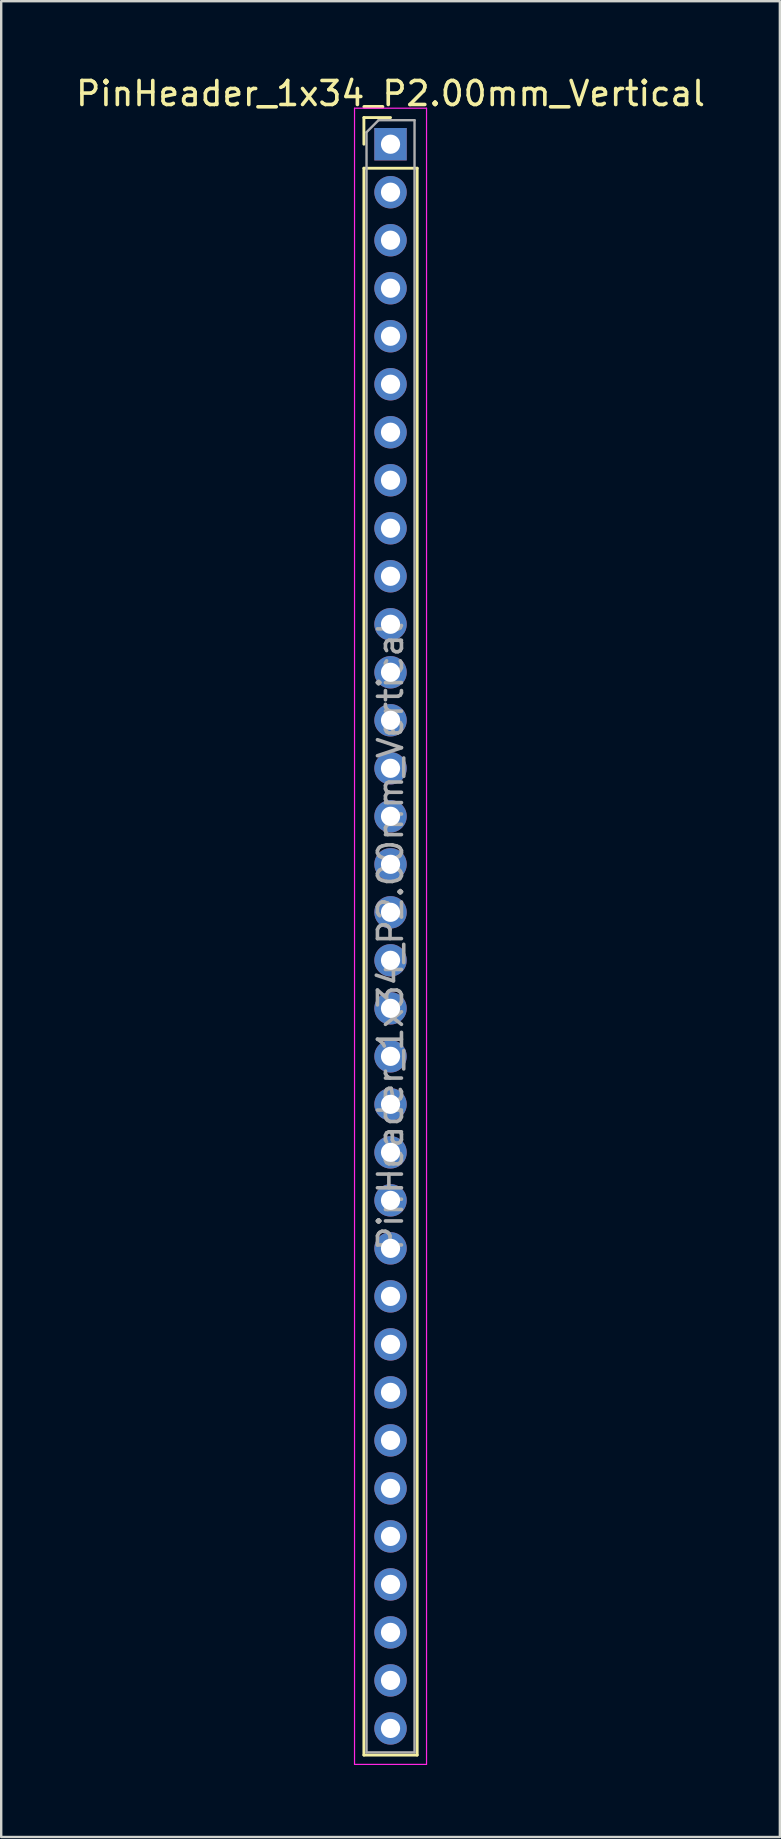
<source format=kicad_pcb>
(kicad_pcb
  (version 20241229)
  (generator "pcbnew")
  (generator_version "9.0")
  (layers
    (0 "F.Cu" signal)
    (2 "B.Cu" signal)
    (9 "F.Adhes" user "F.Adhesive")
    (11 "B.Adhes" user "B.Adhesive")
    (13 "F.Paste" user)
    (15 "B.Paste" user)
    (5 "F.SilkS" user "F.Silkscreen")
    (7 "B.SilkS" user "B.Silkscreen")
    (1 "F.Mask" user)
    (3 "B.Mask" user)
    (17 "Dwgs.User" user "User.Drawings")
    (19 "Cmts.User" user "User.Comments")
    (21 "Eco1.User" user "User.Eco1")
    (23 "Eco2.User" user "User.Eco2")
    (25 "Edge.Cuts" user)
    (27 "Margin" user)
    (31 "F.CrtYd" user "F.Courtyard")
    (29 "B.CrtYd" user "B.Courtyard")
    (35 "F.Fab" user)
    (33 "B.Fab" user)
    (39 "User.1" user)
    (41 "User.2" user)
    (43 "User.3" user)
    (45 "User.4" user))
  (footprint "PinHeader_1x34_P2.00mm_Vertical"
    (layer "F.Cu")
    (at 13.22 2.958)
    (property "Reference" "PinHeader_1x34_P2.00mm_Vertical" (at 0 -2.11 0) (layer "F.SilkS") (effects (font (size 1 1) (thickness 0.15))))
    (attr through_hole)
    (fp_line (start -1.11 -1.11) (end 0 -1.11) (stroke (width 0.12) (type solid)) (layer "F.SilkS"))
    (fp_line (start -1.11 0) (end -1.11 -1.11) (stroke (width 0.12) (type solid)) (layer "F.SilkS"))
    (fp_line (start -1.11 1) (end -1.11 67.11) (stroke (width 0.12) (type solid)) (layer "F.SilkS"))
    (fp_line (start -1.11 1) (end 1.11 1) (stroke (width 0.12) (type solid)) (layer "F.SilkS"))
    (fp_line (start -1.11 67.11) (end 1.11 67.11) (stroke (width 0.12) (type solid)) (layer "F.SilkS"))
    (fp_line (start 1.11 1) (end 1.11 67.11) (stroke (width 0.12) (type solid)) (layer "F.SilkS"))
    (fp_line (start -1.5 -1.5) (end -1.5 67.5) (stroke (width 0.05) (type solid)) (layer "F.CrtYd"))
    (fp_line (start -1.5 67.5) (end 1.5 67.5) (stroke (width 0.05) (type solid)) (layer "F.CrtYd"))
    (fp_line (start 1.5 -1.5) (end -1.5 -1.5) (stroke (width 0.05) (type solid)) (layer "F.CrtYd"))
    (fp_line (start 1.5 67.5) (end 1.5 -1.5) (stroke (width 0.05) (type solid)) (layer "F.CrtYd"))
    (fp_line (start -1 -0.5) (end -0.5 -1) (stroke (width 0.1) (type solid)) (layer "F.Fab"))
    (fp_line (start -1 67) (end -1 -0.5) (stroke (width 0.1) (type solid)) (layer "F.Fab"))
    (fp_line (start -0.5 -1) (end 1 -1) (stroke (width 0.1) (type solid)) (layer "F.Fab"))
    (fp_line (start 1 -1) (end 1 67) (stroke (width 0.1) (type solid)) (layer "F.Fab"))
    (fp_line (start 1 67) (end -1 67) (stroke (width 0.1) (type solid)) (layer "F.Fab"))
    (fp_text user "${REFERENCE}" (at 0 33 90) (layer "F.Fab") (effects (font (size 1 1) (thickness 0.15))))
    (pad "1" thru_hole rect (at 0 0) (size 1.35 1.35) (drill 0.8) (layers "*.Cu" "*.Mask"))
    (pad "2" thru_hole circle (at 0 2) (size 1.35 1.35) (drill 0.8) (layers "*.Cu" "*.Mask"))
    (pad "3" thru_hole circle (at 0 4) (size 1.35 1.35) (drill 0.8) (layers "*.Cu" "*.Mask"))
    (pad "4" thru_hole circle (at 0 6) (size 1.35 1.35) (drill 0.8) (layers "*.Cu" "*.Mask"))
    (pad "5" thru_hole circle (at 0 8) (size 1.35 1.35) (drill 0.8) (layers "*.Cu" "*.Mask"))
    (pad "6" thru_hole circle (at 0 10) (size 1.35 1.35) (drill 0.8) (layers "*.Cu" "*.Mask"))
    (pad "7" thru_hole circle (at 0 12) (size 1.35 1.35) (drill 0.8) (layers "*.Cu" "*.Mask"))
    (pad "8" thru_hole circle (at 0 14) (size 1.35 1.35) (drill 0.8) (layers "*.Cu" "*.Mask"))
    (pad "9" thru_hole circle (at 0 16) (size 1.35 1.35) (drill 0.8) (layers "*.Cu" "*.Mask"))
    (pad "10" thru_hole circle (at 0 18) (size 1.35 1.35) (drill 0.8) (layers "*.Cu" "*.Mask"))
    (pad "11" thru_hole circle (at 0 20) (size 1.35 1.35) (drill 0.8) (layers "*.Cu" "*.Mask"))
    (pad "12" thru_hole circle (at 0 22) (size 1.35 1.35) (drill 0.8) (layers "*.Cu" "*.Mask"))
    (pad "13" thru_hole circle (at 0 24) (size 1.35 1.35) (drill 0.8) (layers "*.Cu" "*.Mask"))
    (pad "14" thru_hole circle (at 0 26) (size 1.35 1.35) (drill 0.8) (layers "*.Cu" "*.Mask"))
    (pad "15" thru_hole circle (at 0 28) (size 1.35 1.35) (drill 0.8) (layers "*.Cu" "*.Mask"))
    (pad "16" thru_hole circle (at 0 30) (size 1.35 1.35) (drill 0.8) (layers "*.Cu" "*.Mask"))
    (pad "17" thru_hole circle (at 0 32) (size 1.35 1.35) (drill 0.8) (layers "*.Cu" "*.Mask"))
    (pad "18" thru_hole circle (at 0 34) (size 1.35 1.35) (drill 0.8) (layers "*.Cu" "*.Mask"))
    (pad "19" thru_hole circle (at 0 36) (size 1.35 1.35) (drill 0.8) (layers "*.Cu" "*.Mask"))
    (pad "20" thru_hole circle (at 0 38) (size 1.35 1.35) (drill 0.8) (layers "*.Cu" "*.Mask"))
    (pad "21" thru_hole circle (at 0 40) (size 1.35 1.35) (drill 0.8) (layers "*.Cu" "*.Mask"))
    (pad "22" thru_hole circle (at 0 42) (size 1.35 1.35) (drill 0.8) (layers "*.Cu" "*.Mask"))
    (pad "23" thru_hole circle (at 0 44) (size 1.35 1.35) (drill 0.8) (layers "*.Cu" "*.Mask"))
    (pad "24" thru_hole circle (at 0 46) (size 1.35 1.35) (drill 0.8) (layers "*.Cu" "*.Mask"))
    (pad "25" thru_hole circle (at 0 48) (size 1.35 1.35) (drill 0.8) (layers "*.Cu" "*.Mask"))
    (pad "26" thru_hole circle (at 0 50) (size 1.35 1.35) (drill 0.8) (layers "*.Cu" "*.Mask"))
    (pad "27" thru_hole circle (at 0 52) (size 1.35 1.35) (drill 0.8) (layers "*.Cu" "*.Mask"))
    (pad "28" thru_hole circle (at 0 54) (size 1.35 1.35) (drill 0.8) (layers "*.Cu" "*.Mask"))
    (pad "29" thru_hole circle (at 0 56) (size 1.35 1.35) (drill 0.8) (layers "*.Cu" "*.Mask"))
    (pad "30" thru_hole circle (at 0 58) (size 1.35 1.35) (drill 0.8) (layers "*.Cu" "*.Mask"))
    (pad "31" thru_hole circle (at 0 60) (size 1.35 1.35) (drill 0.8) (layers "*.Cu" "*.Mask"))
    (pad "32" thru_hole circle (at 0 62) (size 1.35 1.35) (drill 0.8) (layers "*.Cu" "*.Mask"))
    (pad "33" thru_hole circle (at 0 64) (size 1.35 1.35) (drill 0.8) (layers "*.Cu" "*.Mask"))
    (pad "34" thru_hole circle (at 0 66) (size 1.35 1.35) (drill 0.8) (layers "*.Cu" "*.Mask")))
  (gr_rect
    (start -3 -3)
    (end 29.44 73.483)
    (stroke (width 0.1) (type default))
    (fill no)
    (layer "Edge.Cuts")))
</source>
